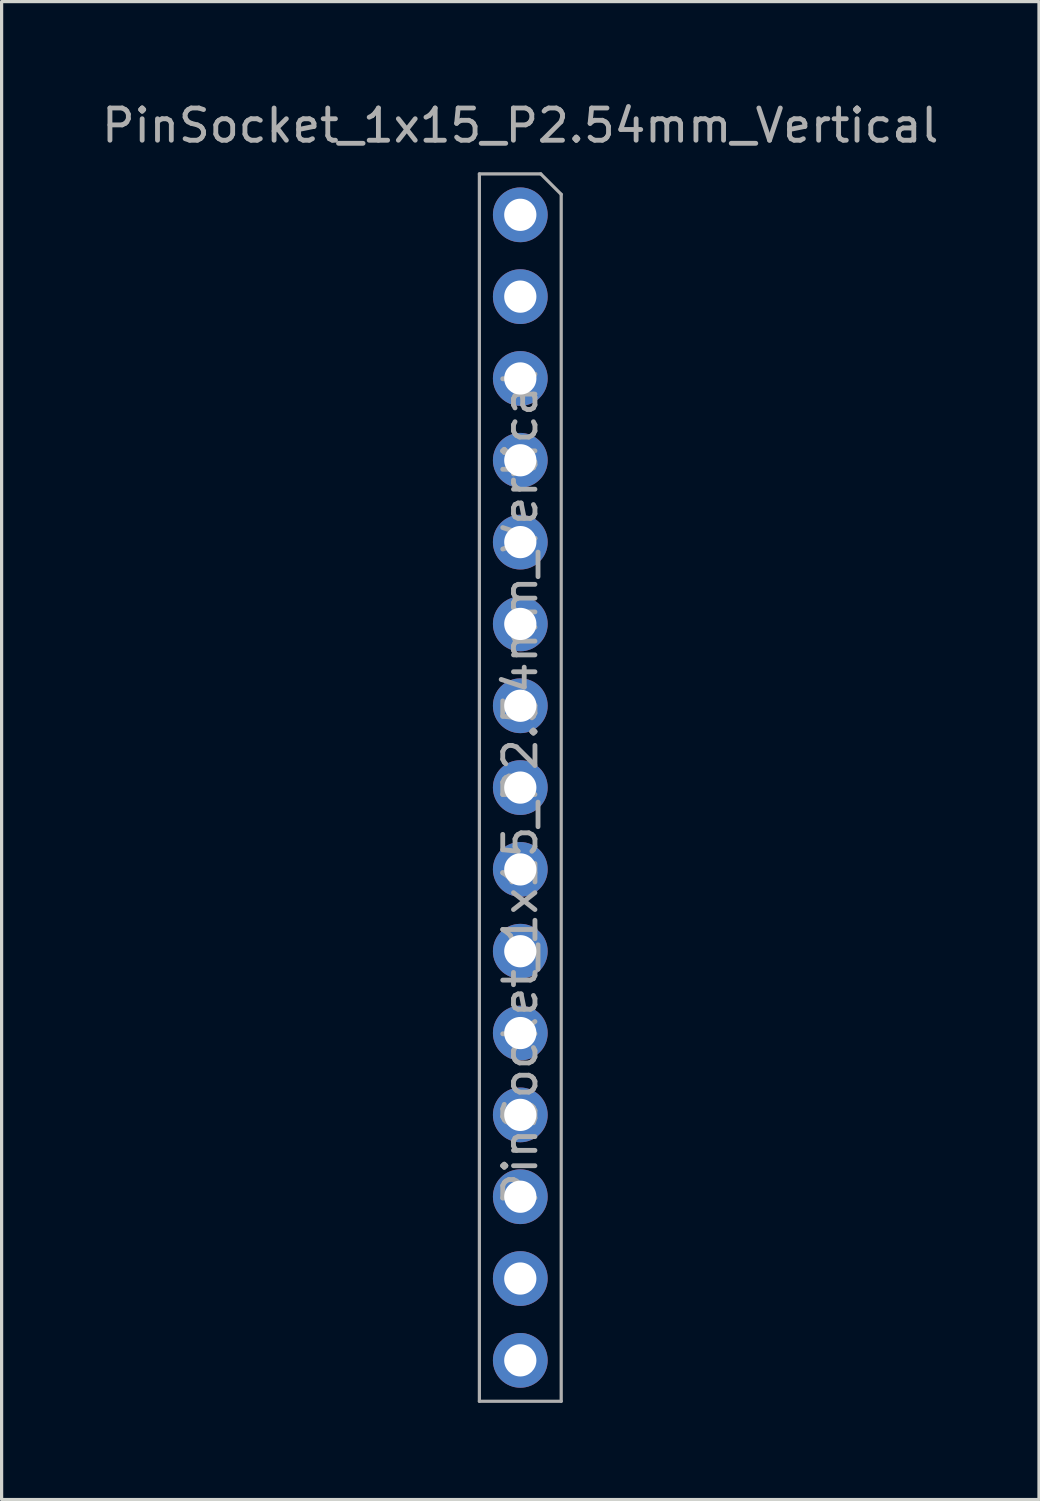
<source format=kicad_pcb>
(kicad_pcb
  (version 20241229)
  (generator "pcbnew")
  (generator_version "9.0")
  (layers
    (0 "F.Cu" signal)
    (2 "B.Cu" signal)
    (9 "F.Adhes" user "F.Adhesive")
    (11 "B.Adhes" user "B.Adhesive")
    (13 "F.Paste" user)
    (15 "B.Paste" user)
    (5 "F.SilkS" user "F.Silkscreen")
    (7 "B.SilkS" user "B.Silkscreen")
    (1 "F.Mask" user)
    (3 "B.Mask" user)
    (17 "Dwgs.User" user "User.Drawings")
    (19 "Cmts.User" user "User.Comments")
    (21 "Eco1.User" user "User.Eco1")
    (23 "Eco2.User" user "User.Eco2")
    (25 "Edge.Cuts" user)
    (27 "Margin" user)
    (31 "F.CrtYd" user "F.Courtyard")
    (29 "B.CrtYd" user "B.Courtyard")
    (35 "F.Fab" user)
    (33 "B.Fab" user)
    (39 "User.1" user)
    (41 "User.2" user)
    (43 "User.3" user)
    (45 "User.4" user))
  (footprint "PinSocket_1x15_P2.54mm_Vertical"
    (layer "F.Cu")
    (at 13.101 3.618)
    (property "Reference" "PinSocket_1x15_P2.54mm_Vertical" (at 0 -2.77 0) (layer "F.Fab") (effects (font (size 1 1) (thickness 0.15))))
    (attr through_hole)
    (fp_line (start -1.27 -1.27) (end 0.635 -1.27) (stroke (width 0.1) (type solid)) (layer "F.Fab"))
    (fp_line (start -1.27 36.83) (end -1.27 -1.27) (stroke (width 0.1) (type solid)) (layer "F.Fab"))
    (fp_line (start 0.635 -1.27) (end 1.27 -0.635) (stroke (width 0.1) (type solid)) (layer "F.Fab"))
    (fp_line (start 1.27 -0.635) (end 1.27 36.83) (stroke (width 0.1) (type solid)) (layer "F.Fab"))
    (fp_line (start 1.27 36.83) (end -1.27 36.83) (stroke (width 0.1) (type solid)) (layer "F.Fab"))
    (fp_text user "${REFERENCE}" (at 0 17.78 270) (layer "F.Fab") (effects (font (size 1 1) (thickness 0.15))))
    (pad "1" thru_hole circle (at 0 0) (size 1.7 1.7) (drill 1) (layers "*.Cu" "*.Mask"))
    (pad "2" thru_hole oval (at 0 2.54) (size 1.7 1.7) (drill 1) (layers "*.Cu" "*.Mask"))
    (pad "3" thru_hole oval (at 0 5.08) (size 1.7 1.7) (drill 1) (layers "*.Cu" "*.Mask"))
    (pad "4" thru_hole oval (at 0 7.62) (size 1.7 1.7) (drill 1) (layers "*.Cu" "*.Mask"))
    (pad "5" thru_hole oval (at 0 10.16) (size 1.7 1.7) (drill 1) (layers "*.Cu" "*.Mask"))
    (pad "6" thru_hole oval (at 0 12.7) (size 1.7 1.7) (drill 1) (layers "*.Cu" "*.Mask"))
    (pad "7" thru_hole oval (at 0 15.24) (size 1.7 1.7) (drill 1) (layers "*.Cu" "*.Mask"))
    (pad "8" thru_hole oval (at 0 17.78) (size 1.7 1.7) (drill 1) (layers "*.Cu" "*.Mask"))
    (pad "9" thru_hole oval (at 0 20.32) (size 1.7 1.7) (drill 1) (layers "*.Cu" "*.Mask"))
    (pad "10" thru_hole oval (at 0 22.86) (size 1.7 1.7) (drill 1) (layers "*.Cu" "*.Mask"))
    (pad "11" thru_hole oval (at 0 25.4) (size 1.7 1.7) (drill 1) (layers "*.Cu" "*.Mask"))
    (pad "12" thru_hole oval (at 0 27.94) (size 1.7 1.7) (drill 1) (layers "*.Cu" "*.Mask"))
    (pad "13" thru_hole oval (at 0 30.48) (size 1.7 1.7) (drill 1) (layers "*.Cu" "*.Mask"))
    (pad "14" thru_hole oval (at 0 33.02) (size 1.7 1.7) (drill 1) (layers "*.Cu" "*.Mask"))
    (pad "15" thru_hole oval (at 0 35.56) (size 1.7 1.7) (drill 1) (layers "*.Cu" "*.Mask")))
  (gr_rect
    (start -3 -3)
    (end 29.202 43.498)
    (stroke (width 0.1) (type default))
    (fill no)
    (layer "Edge.Cuts")))
</source>
